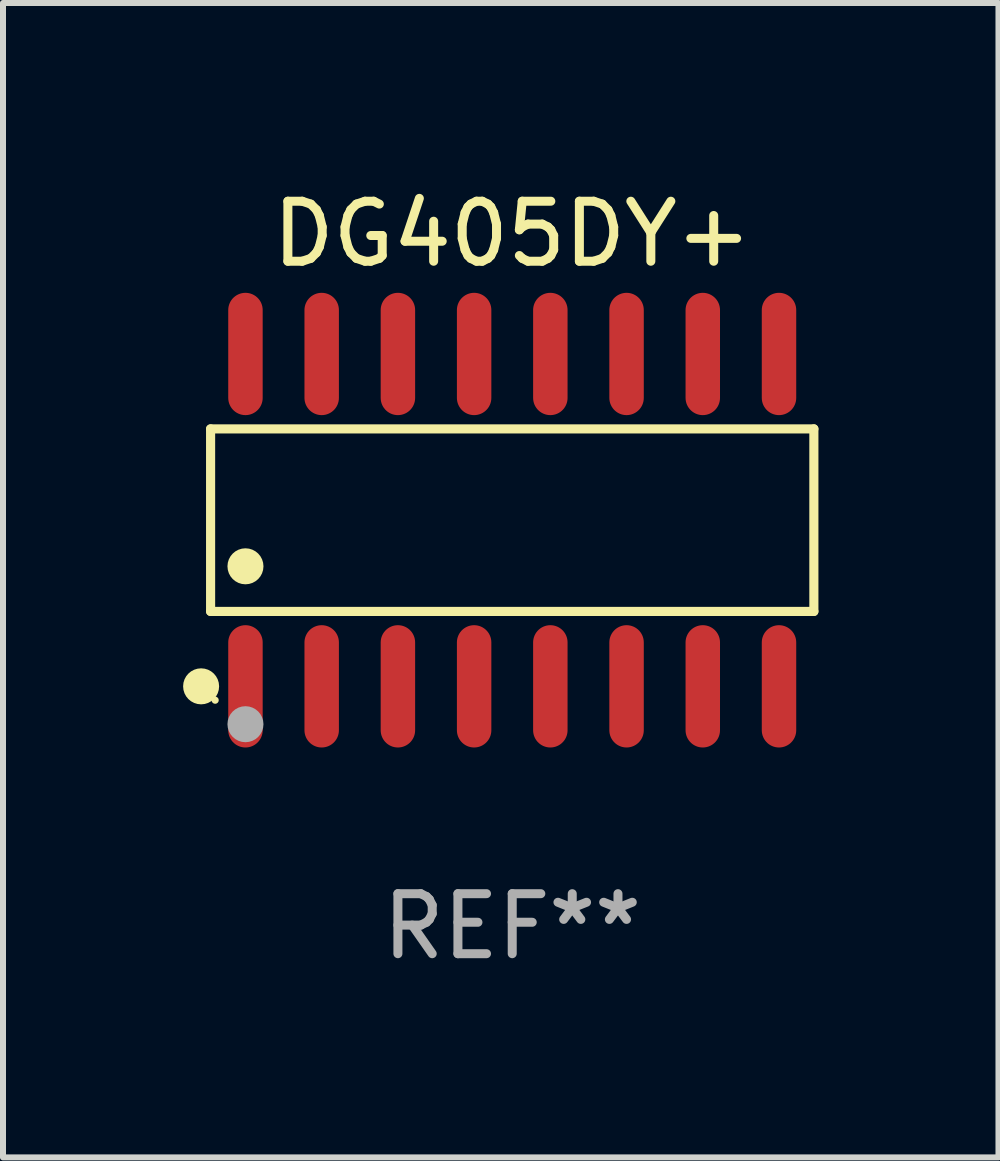
<source format=kicad_pcb>
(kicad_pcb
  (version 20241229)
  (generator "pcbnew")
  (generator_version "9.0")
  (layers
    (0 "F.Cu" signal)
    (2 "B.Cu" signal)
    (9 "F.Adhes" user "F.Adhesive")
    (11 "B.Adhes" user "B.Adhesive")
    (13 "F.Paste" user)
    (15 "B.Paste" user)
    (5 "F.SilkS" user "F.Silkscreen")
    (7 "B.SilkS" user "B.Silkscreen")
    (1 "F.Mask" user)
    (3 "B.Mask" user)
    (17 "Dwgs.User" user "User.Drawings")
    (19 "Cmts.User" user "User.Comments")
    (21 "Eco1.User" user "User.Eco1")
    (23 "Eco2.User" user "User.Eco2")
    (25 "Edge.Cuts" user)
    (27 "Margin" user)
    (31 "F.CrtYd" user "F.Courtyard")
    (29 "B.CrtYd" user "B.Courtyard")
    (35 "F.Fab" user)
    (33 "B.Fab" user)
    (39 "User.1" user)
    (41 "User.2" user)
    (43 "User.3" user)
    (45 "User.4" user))
  (footprint "DG405DY+"
    (layer "F.Cu")
    (at 5.485 5.617)
    (property "Reference" "DG405DY+" (at 0 -4.769 0) (layer "F.SilkS") (effects (font (size 1 1) (thickness 0.15))))
    (attr through_hole)
    (fp_line (start -5.026 -1.521) (end 5.026 -1.521) (stroke (width 0.152) (type solid)) (layer "F.SilkS"))
    (fp_line (start -5.026 1.521) (end -5.026 -1.521) (stroke (width 0.152) (type solid)) (layer "F.SilkS"))
    (fp_line (start 5.026 -1.521) (end 5.026 1.521) (stroke (width 0.152) (type solid)) (layer "F.SilkS"))
    (fp_line (start 5.026 1.521) (end -5.026 1.521) (stroke (width 0.152) (type solid)) (layer "F.SilkS"))
    (fp_circle (center -5.184 2.769) (end -5.034 2.769) (stroke (width 0.3) (type solid)) (fill no) (layer "F.SilkS"))
    (fp_circle (center -4.95 3) (end -4.92 3) (stroke (width 0.06) (type solid)) (fill no) (layer "F.SilkS"))
    (fp_circle (center -4.445 0.769) (end -4.295 0.769) (stroke (width 0.3) (type solid)) (fill no) (layer "F.SilkS"))
    (fp_circle (center -4.445 3.4) (end -4.295 3.4) (stroke (width 0.3) (type solid)) (fill no) (layer "F.Fab"))
    (fp_text user "REF**" (at 0 6.769 0) (layer "F.Fab") (effects (font (size 1 1) (thickness 0.15))))
    (pad "1" smd oval (at -4.445 2.769) (size 0.574 2.038) (layers "F.Cu" "F.Mask" "F.Paste"))
    (pad "2" smd oval (at -3.175 2.769) (size 0.574 2.038) (layers "F.Cu" "F.Mask" "F.Paste"))
    (pad "3" smd oval (at -1.905 2.769) (size 0.574 2.038) (layers "F.Cu" "F.Mask" "F.Paste"))
    (pad "4" smd oval (at -0.635 2.769) (size 0.574 2.038) (layers "F.Cu" "F.Mask" "F.Paste"))
    (pad "5" smd oval (at 0.635 2.769) (size 0.574 2.038) (layers "F.Cu" "F.Mask" "F.Paste"))
    (pad "6" smd oval (at 1.905 2.769) (size 0.574 2.038) (layers "F.Cu" "F.Mask" "F.Paste"))
    (pad "7" smd oval (at 3.175 2.769) (size 0.574 2.038) (layers "F.Cu" "F.Mask" "F.Paste"))
    (pad "8" smd oval (at 4.445 2.769) (size 0.574 2.038) (layers "F.Cu" "F.Mask" "F.Paste"))
    (pad "9" smd oval (at 4.445 -2.769) (size 0.574 2.038) (layers "F.Cu" "F.Mask" "F.Paste"))
    (pad "10" smd oval (at 3.175 -2.769) (size 0.574 2.038) (layers "F.Cu" "F.Mask" "F.Paste"))
    (pad "11" smd oval (at 1.905 -2.769) (size 0.574 2.038) (layers "F.Cu" "F.Mask" "F.Paste"))
    (pad "12" smd oval (at 0.635 -2.769) (size 0.574 2.038) (layers "F.Cu" "F.Mask" "F.Paste"))
    (pad "13" smd oval (at -0.635 -2.769) (size 0.574 2.038) (layers "F.Cu" "F.Mask" "F.Paste"))
    (pad "14" smd oval (at -1.905 -2.769) (size 0.574 2.038) (layers "F.Cu" "F.Mask" "F.Paste"))
    (pad "15" smd oval (at -3.175 -2.769) (size 0.574 2.038) (layers "F.Cu" "F.Mask" "F.Paste"))
    (pad "16" smd oval (at -4.445 -2.769) (size 0.574 2.038) (layers "F.Cu" "F.Mask" "F.Paste")))
  (gr_rect
    (start -3 -3)
    (end 13.587 16.235)
    (stroke (width 0.1) (type default))
    (fill no)
    (layer "Edge.Cuts")))
</source>
